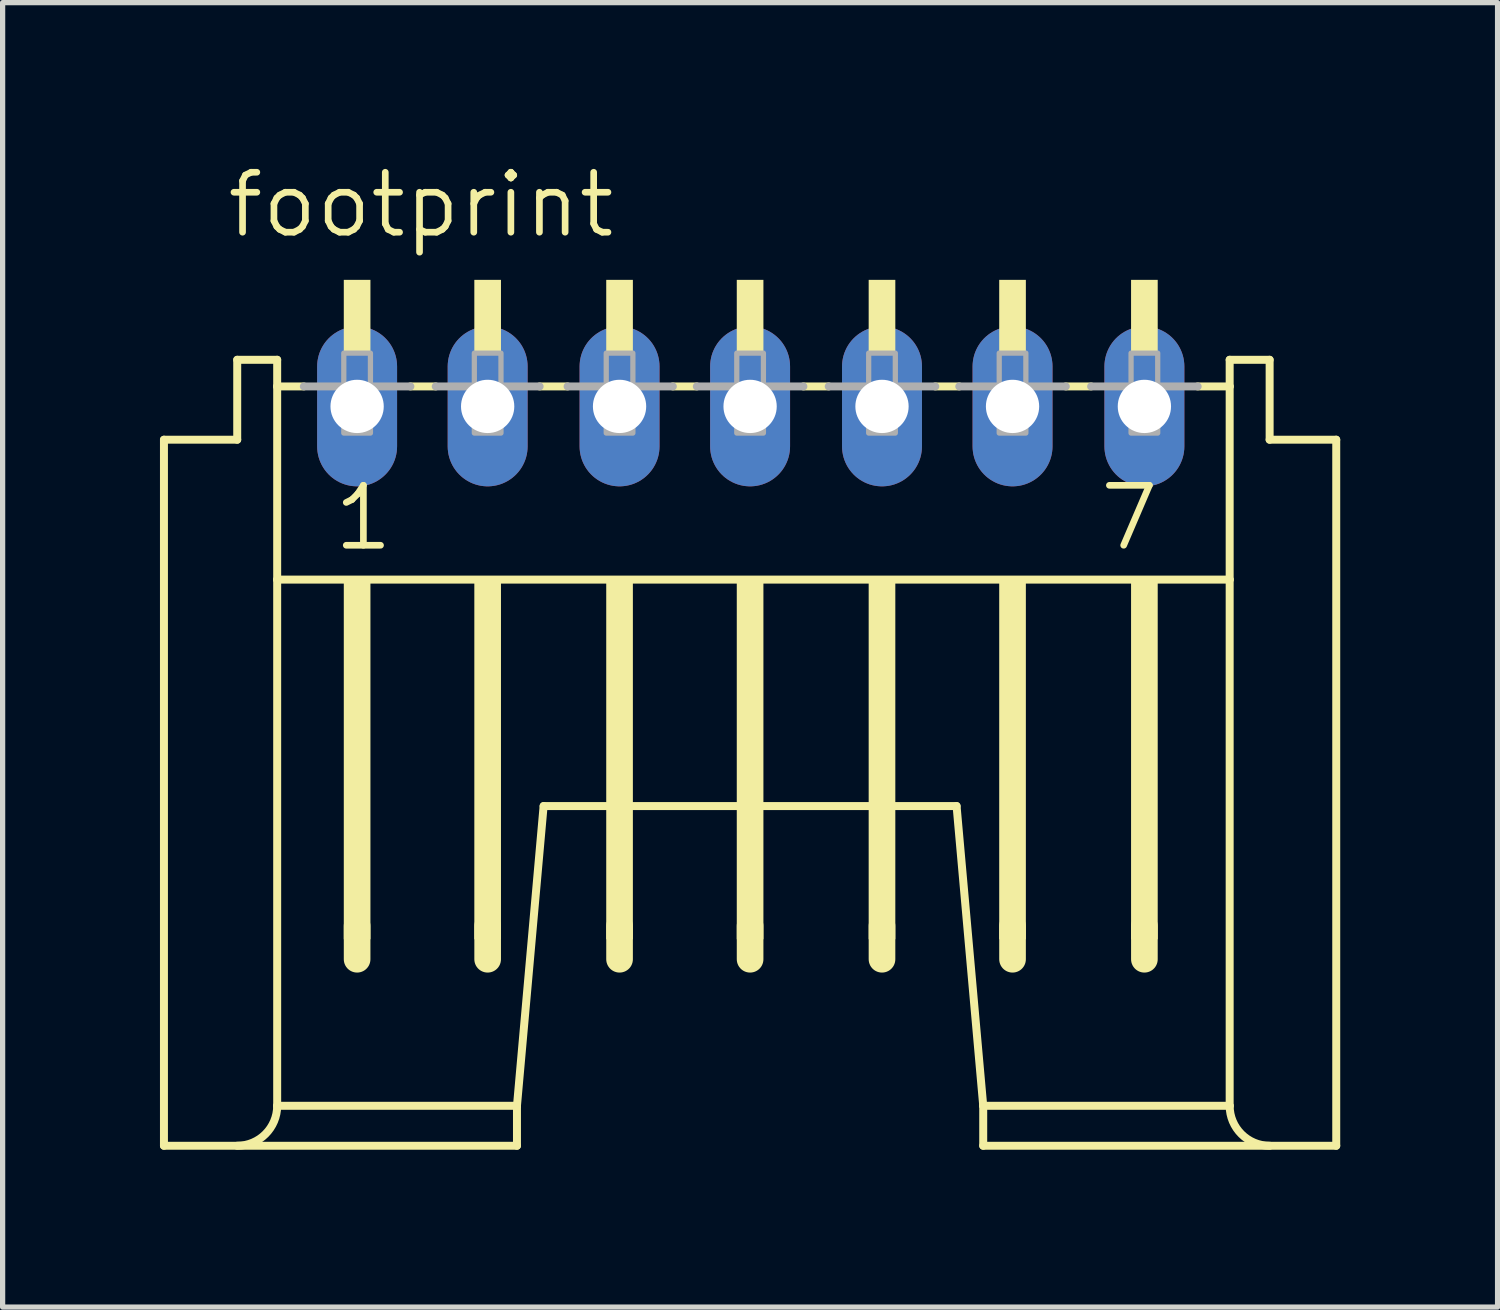
<source format=kicad_pcb>
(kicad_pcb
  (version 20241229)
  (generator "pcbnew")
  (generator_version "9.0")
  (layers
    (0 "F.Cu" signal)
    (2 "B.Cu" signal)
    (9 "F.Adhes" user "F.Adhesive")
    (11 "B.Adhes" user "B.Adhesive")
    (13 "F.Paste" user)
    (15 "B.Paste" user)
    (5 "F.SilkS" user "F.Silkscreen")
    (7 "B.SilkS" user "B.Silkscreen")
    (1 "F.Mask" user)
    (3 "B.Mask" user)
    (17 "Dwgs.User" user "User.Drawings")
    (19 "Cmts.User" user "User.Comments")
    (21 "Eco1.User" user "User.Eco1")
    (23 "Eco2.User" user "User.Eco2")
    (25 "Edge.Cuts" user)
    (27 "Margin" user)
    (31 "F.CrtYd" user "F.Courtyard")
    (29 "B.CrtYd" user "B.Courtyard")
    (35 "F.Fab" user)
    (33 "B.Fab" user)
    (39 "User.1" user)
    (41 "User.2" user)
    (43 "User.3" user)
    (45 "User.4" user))
  (footprint "footprint"
    (layer "F.Cu")
    (at 3.759 6.604)
    (property "Reference" "footprint" (at -2.54 -5.08 0) (layer "F.SilkS") (effects (font (size 1.143 1.143) (thickness 0.127)) (justify left bottom)))
    (fp_line (start -3.683 12.192) (end -3.683 -1.27) (stroke (width 0.152) (type solid)) (layer "F.SilkS"))
    (fp_line (start -3.683 12.192) (end 3.048 12.192) (stroke (width 0.152) (type solid)) (layer "F.SilkS"))
    (fp_line (start -2.286 -1.27) (end -3.683 -1.27) (stroke (width 0.152) (type solid)) (layer "F.SilkS"))
    (fp_line (start -2.286 -1.27) (end -2.286 -2.794) (stroke (width 0.152) (type solid)) (layer "F.SilkS"))
    (fp_line (start -1.524 -2.794) (end -2.286 -2.794) (stroke (width 0.152) (type solid)) (layer "F.SilkS"))
    (fp_line (start -1.524 -2.286) (end -1.524 -2.794) (stroke (width 0.152) (type solid)) (layer "F.SilkS"))
    (fp_line (start -1.524 1.397) (end -1.524 -2.286) (stroke (width 0.152) (type solid)) (layer "F.SilkS"))
    (fp_line (start -1.524 11.43) (end -1.524 1.397) (stroke (width 0.152) (type solid)) (layer "F.SilkS"))
    (fp_line (start -1.524 11.43) (end 3.048 11.43) (stroke (width 0.152) (type solid)) (layer "F.SilkS"))
    (fp_line (start -1.016 -2.286) (end -1.524 -2.286) (stroke (width 0.152) (type solid)) (layer "F.SilkS"))
    (fp_line (start 0 8.001) (end 0 8.636) (stroke (width 0.508) (type solid)) (layer "F.SilkS"))
    (fp_line (start 1.499 -2.286) (end 1.016 -2.286) (stroke (width 0.152) (type solid)) (layer "F.SilkS"))
    (fp_line (start 2.489 8.001) (end 2.489 8.636) (stroke (width 0.508) (type solid)) (layer "F.SilkS"))
    (fp_line (start 3.048 11.43) (end 3.556 5.715) (stroke (width 0.152) (type solid)) (layer "F.SilkS"))
    (fp_line (start 3.048 12.192) (end 3.048 11.43) (stroke (width 0.152) (type solid)) (layer "F.SilkS"))
    (fp_line (start 3.556 5.715) (end 11.43 5.715) (stroke (width 0.152) (type solid)) (layer "F.SilkS"))
    (fp_line (start 4.013 -2.286) (end 3.48 -2.286) (stroke (width 0.152) (type solid)) (layer "F.SilkS"))
    (fp_line (start 5.004 8.001) (end 5.004 8.636) (stroke (width 0.508) (type solid)) (layer "F.SilkS"))
    (fp_line (start 6.477 -2.286) (end 6.02 -2.286) (stroke (width 0.152) (type solid)) (layer "F.SilkS"))
    (fp_line (start 7.493 8.001) (end 7.493 8.636) (stroke (width 0.508) (type solid)) (layer "F.SilkS"))
    (fp_line (start 8.992 -2.286) (end 8.509 -2.286) (stroke (width 0.152) (type solid)) (layer "F.SilkS"))
    (fp_line (start 10.008 8.001) (end 10.008 8.636) (stroke (width 0.508) (type solid)) (layer "F.SilkS"))
    (fp_line (start 11.481 -2.286) (end 11.024 -2.286) (stroke (width 0.152) (type solid)) (layer "F.SilkS"))
    (fp_line (start 11.938 11.43) (end 11.43 5.715) (stroke (width 0.152) (type solid)) (layer "F.SilkS"))
    (fp_line (start 11.938 12.192) (end 11.938 11.43) (stroke (width 0.152) (type solid)) (layer "F.SilkS"))
    (fp_line (start 11.938 12.192) (end 18.669 12.192) (stroke (width 0.152) (type solid)) (layer "F.SilkS"))
    (fp_line (start 12.497 8.001) (end 12.497 8.636) (stroke (width 0.508) (type solid)) (layer "F.SilkS"))
    (fp_line (start 13.995 -2.286) (end 13.513 -2.286) (stroke (width 0.152) (type solid)) (layer "F.SilkS"))
    (fp_line (start 15.011 8.001) (end 15.011 8.636) (stroke (width 0.508) (type solid)) (layer "F.SilkS"))
    (fp_line (start 16.637 -2.794) (end 16.637 -2.286) (stroke (width 0.152) (type solid)) (layer "F.SilkS"))
    (fp_line (start 16.637 -2.286) (end 16.027 -2.286) (stroke (width 0.152) (type solid)) (layer "F.SilkS"))
    (fp_line (start 16.637 -2.286) (end 16.637 1.397) (stroke (width 0.152) (type solid)) (layer "F.SilkS"))
    (fp_line (start 16.637 1.397) (end -1.524 1.397) (stroke (width 0.152) (type solid)) (layer "F.SilkS"))
    (fp_line (start 16.637 1.397) (end 16.637 11.43) (stroke (width 0.152) (type solid)) (layer "F.SilkS"))
    (fp_line (start 16.637 11.43) (end 11.938 11.43) (stroke (width 0.152) (type solid)) (layer "F.SilkS"))
    (fp_line (start 17.399 -2.794) (end 16.637 -2.794) (stroke (width 0.152) (type solid)) (layer "F.SilkS"))
    (fp_line (start 17.399 -2.794) (end 17.399 -1.27) (stroke (width 0.152) (type solid)) (layer "F.SilkS"))
    (fp_line (start 18.669 -1.27) (end 17.399 -1.27) (stroke (width 0.152) (type solid)) (layer "F.SilkS"))
    (fp_line (start 18.669 -1.27) (end 18.669 12.192) (stroke (width 0.152) (type solid)) (layer "F.SilkS"))
    (fp_arc (start -1.524 11.43) (mid -1.747185 11.968815) (end -2.286 12.192) (stroke (width 0.1524) (type solid)) (layer "F.SilkS"))
    (fp_arc (start 17.399 12.192) (mid 16.860185 11.968815) (end 16.637 11.43) (stroke (width 0.1524) (type solid)) (layer "F.SilkS"))
    (fp_poly (pts (xy -0.254 -2.921) (xy 0.254 -2.921) (xy 0.254 -4.318) (xy -0.254 -4.318)) (stroke (width 0) (type solid)) (fill yes) (layer "F.SilkS"))
    (fp_poly (pts (xy -0.254 8.255) (xy 0.254 8.255) (xy 0.254 1.397) (xy -0.254 1.397)) (stroke (width 0) (type solid)) (fill yes) (layer "F.SilkS"))
    (fp_poly (pts (xy 2.235 -2.921) (xy 2.743 -2.921) (xy 2.743 -4.318) (xy 2.235 -4.318)) (stroke (width 0) (type solid)) (fill yes) (layer "F.SilkS"))
    (fp_poly (pts (xy 2.235 8.255) (xy 2.743 8.255) (xy 2.743 1.397) (xy 2.235 1.397)) (stroke (width 0) (type solid)) (fill yes) (layer "F.SilkS"))
    (fp_poly (pts (xy 4.75 -2.921) (xy 5.258 -2.921) (xy 5.258 -4.318) (xy 4.75 -4.318)) (stroke (width 0) (type solid)) (fill yes) (layer "F.SilkS"))
    (fp_poly (pts (xy 4.75 8.255) (xy 5.258 8.255) (xy 5.258 1.397) (xy 4.75 1.397)) (stroke (width 0) (type solid)) (fill yes) (layer "F.SilkS"))
    (fp_poly (pts (xy 7.239 -2.921) (xy 7.747 -2.921) (xy 7.747 -4.318) (xy 7.239 -4.318)) (stroke (width 0) (type solid)) (fill yes) (layer "F.SilkS"))
    (fp_poly (pts (xy 7.239 8.255) (xy 7.747 8.255) (xy 7.747 1.397) (xy 7.239 1.397)) (stroke (width 0) (type solid)) (fill yes) (layer "F.SilkS"))
    (fp_poly (pts (xy 9.754 -2.921) (xy 10.262 -2.921) (xy 10.262 -4.318) (xy 9.754 -4.318)) (stroke (width 0) (type solid)) (fill yes) (layer "F.SilkS"))
    (fp_poly (pts (xy 9.754 8.255) (xy 10.262 8.255) (xy 10.262 1.397) (xy 9.754 1.397)) (stroke (width 0) (type solid)) (fill yes) (layer "F.SilkS"))
    (fp_poly (pts (xy 12.243 -2.921) (xy 12.751 -2.921) (xy 12.751 -4.318) (xy 12.243 -4.318)) (stroke (width 0) (type solid)) (fill yes) (layer "F.SilkS"))
    (fp_poly (pts (xy 12.243 8.255) (xy 12.751 8.255) (xy 12.751 1.397) (xy 12.243 1.397)) (stroke (width 0) (type solid)) (fill yes) (layer "F.SilkS"))
    (fp_poly (pts (xy 14.757 -2.921) (xy 15.265 -2.921) (xy 15.265 -4.318) (xy 14.757 -4.318)) (stroke (width 0) (type solid)) (fill yes) (layer "F.SilkS"))
    (fp_poly (pts (xy 14.757 8.255) (xy 15.265 8.255) (xy 15.265 1.397) (xy 14.757 1.397)) (stroke (width 0) (type solid)) (fill yes) (layer "F.SilkS"))
    (fp_line (start -1.016 -2.286) (end 1.016 -2.286) (stroke (width 0.152) (type solid)) (layer "F.Fab"))
    (fp_line (start 1.499 -2.286) (end 3.48 -2.286) (stroke (width 0.152) (type solid)) (layer "F.Fab"))
    (fp_line (start 4.013 -2.286) (end 6.02 -2.286) (stroke (width 0.152) (type solid)) (layer "F.Fab"))
    (fp_line (start 6.477 -2.286) (end 8.509 -2.286) (stroke (width 0.152) (type solid)) (layer "F.Fab"))
    (fp_line (start 8.992 -2.286) (end 11.024 -2.286) (stroke (width 0.152) (type solid)) (layer "F.Fab"))
    (fp_line (start 11.481 -2.286) (end 13.513 -2.286) (stroke (width 0.152) (type solid)) (layer "F.Fab"))
    (fp_line (start 13.995 -2.286) (end 16.027 -2.286) (stroke (width 0.152) (type solid)) (layer "F.Fab"))
    (fp_poly (pts (xy -0.254 -1.397) (xy 0.254 -1.397) (xy 0.254 -2.921) (xy -0.254 -2.921)) (stroke (width 0.1) (type solid)) (fill no) (layer "F.Fab"))
    (fp_poly (pts (xy 2.235 -1.397) (xy 2.743 -1.397) (xy 2.743 -2.921) (xy 2.235 -2.921)) (stroke (width 0.1) (type solid)) (fill no) (layer "F.Fab"))
    (fp_poly (pts (xy 4.75 -1.397) (xy 5.258 -1.397) (xy 5.258 -2.921) (xy 4.75 -2.921)) (stroke (width 0.1) (type solid)) (fill no) (layer "F.Fab"))
    (fp_poly (pts (xy 7.239 -1.397) (xy 7.747 -1.397) (xy 7.747 -2.921) (xy 7.239 -2.921)) (stroke (width 0.1) (type solid)) (fill no) (layer "F.Fab"))
    (fp_poly (pts (xy 9.754 -1.397) (xy 10.262 -1.397) (xy 10.262 -2.921) (xy 9.754 -2.921)) (stroke (width 0.1) (type solid)) (fill no) (layer "F.Fab"))
    (fp_poly (pts (xy 12.243 -1.397) (xy 12.751 -1.397) (xy 12.751 -2.921) (xy 12.243 -2.921)) (stroke (width 0.1) (type solid)) (fill no) (layer "F.Fab"))
    (fp_poly (pts (xy 14.757 -1.397) (xy 15.265 -1.397) (xy 15.265 -2.921) (xy 14.757 -2.921)) (stroke (width 0.1) (type solid)) (fill no) (layer "F.Fab"))
    (fp_text user "7" (at 14.097 0.889 0) (layer "F.SilkS") (effects (font (size 1.143 1.143) (thickness 0.127)) (justify left bottom)))
    (fp_text user "1" (at -0.508 0.889 0) (layer "F.SilkS") (effects (font (size 1.143 1.143) (thickness 0.127)) (justify left bottom)))
    (pad "1" thru_hole oval (at 0 -1.905 90) (size 3.048 1.524) (drill 1.016) (layers "*.Cu" "*.Mask"))
    (pad "2" thru_hole oval (at 2.489 -1.905 90) (size 3.048 1.524) (drill 1.016) (layers "*.Cu" "*.Mask"))
    (pad "3" thru_hole oval (at 5.004 -1.905 90) (size 3.048 1.524) (drill 1.016) (layers "*.Cu" "*.Mask"))
    (pad "4" thru_hole oval (at 7.493 -1.905 90) (size 3.048 1.524) (drill 1.016) (layers "*.Cu" "*.Mask"))
    (pad "5" thru_hole oval (at 10.008 -1.905 90) (size 3.048 1.524) (drill 1.016) (layers "*.Cu" "*.Mask"))
    (pad "6" thru_hole oval (at 12.497 -1.905 90) (size 3.048 1.524) (drill 1.016) (layers "*.Cu" "*.Mask"))
    (pad "7" thru_hole oval (at 15.011 -1.905 90) (size 3.048 1.524) (drill 1.016) (layers "*.Cu" "*.Mask")))
  (gr_rect
    (start -3 -3)
    (end 25.504 21.872)
    (stroke (width 0.1) (type default))
    (fill no)
    (layer "Edge.Cuts")))
</source>
